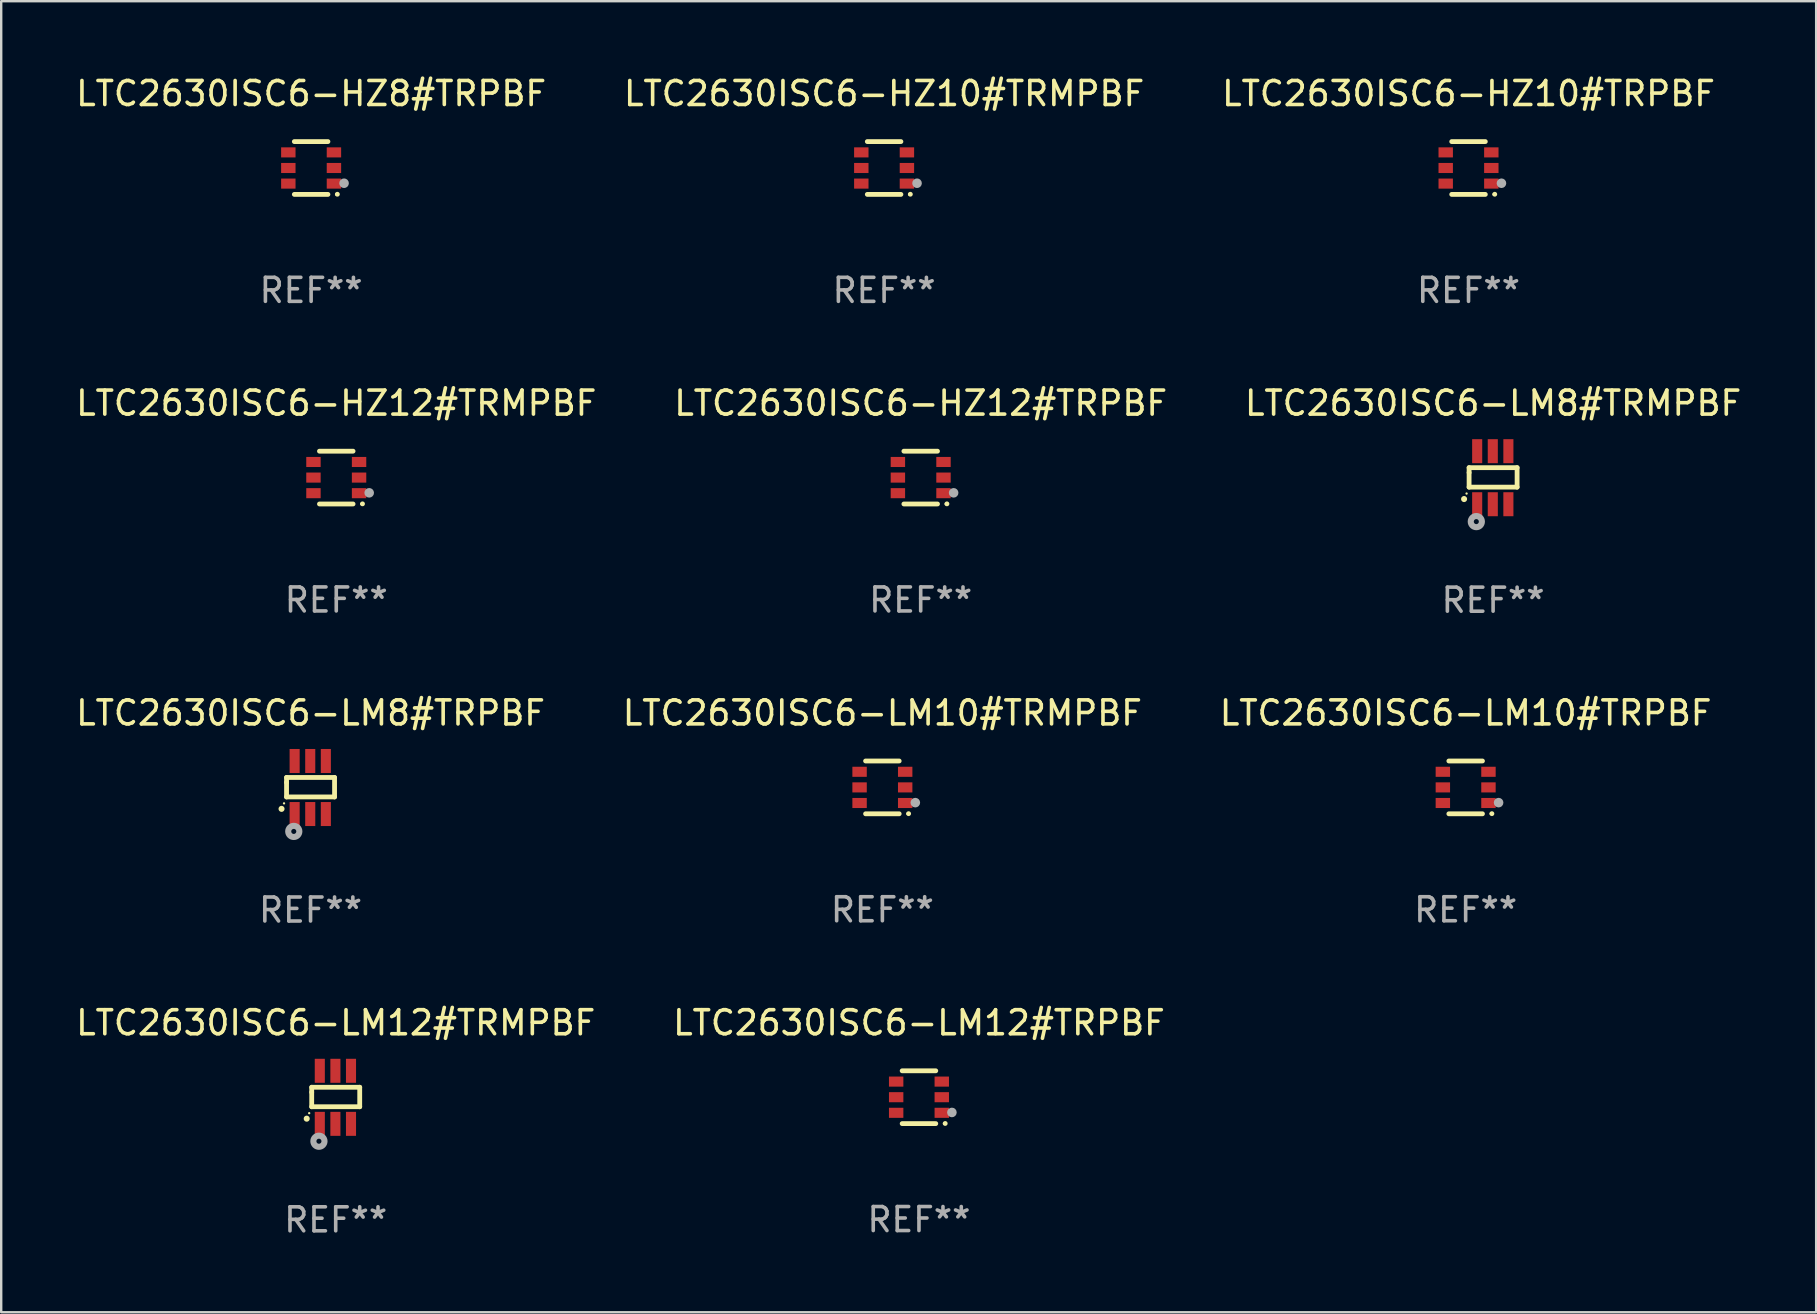
<source format=kicad_pcb>
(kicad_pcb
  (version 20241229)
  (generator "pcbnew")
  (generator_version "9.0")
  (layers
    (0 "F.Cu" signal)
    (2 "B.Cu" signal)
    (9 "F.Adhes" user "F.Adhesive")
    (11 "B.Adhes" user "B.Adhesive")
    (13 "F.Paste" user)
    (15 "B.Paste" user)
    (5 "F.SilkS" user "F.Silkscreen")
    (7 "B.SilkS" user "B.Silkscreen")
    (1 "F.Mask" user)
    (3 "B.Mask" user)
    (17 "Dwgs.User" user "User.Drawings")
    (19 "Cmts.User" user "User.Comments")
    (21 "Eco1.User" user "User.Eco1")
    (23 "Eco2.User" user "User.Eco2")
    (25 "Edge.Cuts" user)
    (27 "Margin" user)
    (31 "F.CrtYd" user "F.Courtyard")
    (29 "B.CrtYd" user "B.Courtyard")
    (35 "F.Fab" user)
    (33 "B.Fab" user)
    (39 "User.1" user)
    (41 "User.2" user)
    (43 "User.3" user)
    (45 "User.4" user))
  (footprint "LTC2630ISC6-LM12#TRMPBF"
    (layer "F.Cu")
    (at 10.935 42.662)
    (property "Reference" "LTC2630ISC6-LM12#TRMPBF" (at 0 -3.105 0) (layer "F.SilkS") (effects (font (size 1 1) (thickness 0.15))))
    (attr through_hole)
    (fp_line (start -1 -0.419) (end -1 -0.213) (stroke (width 0.2) (type solid)) (layer "F.SilkS"))
    (fp_line (start -1 -0.213) (end -1 0.393) (stroke (width 0.2) (type solid)) (layer "F.SilkS"))
    (fp_line (start -1 0.393) (end 1 0.393) (stroke (width 0.2) (type solid)) (layer "F.SilkS"))
    (fp_line (start 1 -0.419) (end -1 -0.419) (stroke (width 0.2) (type solid)) (layer "F.SilkS"))
    (fp_line (start 1 0.393) (end 1 -0.419) (stroke (width 0.2) (type solid)) (layer "F.SilkS"))
    (fp_arc (start -1.208509 0.890272) (mid -1.208515 0.889002) (end -1.208509 0.887732) (stroke (width 0.25) (type solid)) (layer "F.SilkS"))
    (fp_circle (center -1.105 0.66) (end -1.08 0.66) (stroke (width 0.05) (type solid)) (fill no) (layer "F.SilkS"))
    (fp_circle (center -0.699 1.829) (end -0.594 1.829) (stroke (width 0.254) (type solid)) (fill no) (layer "F.Fab"))
    (fp_text user "REF**" (at 0 5.105 0) (layer "F.Fab") (effects (font (size 1 1) (thickness 0.15))))
    (pad "1" smd rect (at -0.663 1.105) (size 0.42 1) (layers "F.Cu" "F.Mask" "F.Paste"))
    (pad "2" smd rect (at -0.013 1.105) (size 0.42 1) (layers "F.Cu" "F.Mask" "F.Paste"))
    (pad "3" smd rect (at 0.637 1.105) (size 0.42 1) (layers "F.Cu" "F.Mask" "F.Paste"))
    (pad "4" smd rect (at 0.637 -1.105 180) (size 0.42 1) (layers "F.Cu" "F.Mask" "F.Paste"))
    (pad "5" smd rect (at -0.013 -1.105 180) (size 0.42 1) (layers "F.Cu" "F.Mask" "F.Paste"))
    (pad "6" smd rect (at -0.663 -1.105 180) (size 0.42 1) (layers "F.Cu" "F.Mask" "F.Paste")))
  (footprint "LTC2630ISC6-HZ8#TRPBF"
    (layer "F.Cu")
    (at 9.911 3.948)
    (property "Reference" "LTC2630ISC6-HZ8#TRPBF" (at 0 -3.1 0) (layer "F.SilkS") (effects (font (size 1 1) (thickness 0.15))))
    (attr through_hole)
    (fp_line (start -0.7 -1.1) (end 0.7 -1.1) (stroke (width 0.2) (type solid)) (layer "F.SilkS"))
    (fp_line (start -0.7 1.1) (end 0.7 1.1) (stroke (width 0.2) (type solid)) (layer "F.SilkS"))
    (fp_arc (start 1.090932 1.094209) (mid 1.092202 1.094203) (end 1.093472 1.094209) (stroke (width 0.2) (type solid)) (layer "F.SilkS"))
    (fp_circle (center 1.053 1.1) (end 1.083 1.1) (stroke (width 0.06) (type solid)) (fill no) (layer "F.SilkS"))
    (fp_circle (center 1.372 0.635) (end 1.472 0.635) (stroke (width 0.2) (type solid)) (fill no) (layer "F.Fab"))
    (fp_text user "REF**" (at 0 5.1 0) (layer "F.Fab") (effects (font (size 1 1) (thickness 0.15))))
    (pad "1" smd rect (at 0.95 0.65 90) (size 0.42 0.6) (layers "F.Cu" "F.Mask" "F.Paste"))
    (pad "2" smd rect (at 0.95 0 90) (size 0.42 0.6) (layers "F.Cu" "F.Mask" "F.Paste"))
    (pad "3" smd rect (at 0.95 -0.65 90) (size 0.42 0.6) (layers "F.Cu" "F.Mask" "F.Paste"))
    (pad "4" smd rect (at -0.95 -0.65 270) (size 0.42 0.6) (layers "F.Cu" "F.Mask" "F.Paste"))
    (pad "5" smd rect (at -0.95 0 270) (size 0.42 0.6) (layers "F.Cu" "F.Mask" "F.Paste"))
    (pad "6" smd rect (at -0.95 0.65 270) (size 0.42 0.6) (layers "F.Cu" "F.Mask" "F.Paste")))
  (footprint "LTC2630ISC6-HZ10#TRMPBF"
    (layer "F.Cu")
    (at 33.78 3.948)
    (property "Reference" "LTC2630ISC6-HZ10#TRMPBF" (at 0 -3.1 0) (layer "F.SilkS") (effects (font (size 1 1) (thickness 0.15))))
    (attr through_hole)
    (fp_line (start -0.7 -1.1) (end 0.7 -1.1) (stroke (width 0.2) (type solid)) (layer "F.SilkS"))
    (fp_line (start -0.7 1.1) (end 0.7 1.1) (stroke (width 0.2) (type solid)) (layer "F.SilkS"))
    (fp_arc (start 1.090932 1.094209) (mid 1.092202 1.094203) (end 1.093472 1.094209) (stroke (width 0.2) (type solid)) (layer "F.SilkS"))
    (fp_circle (center 1.053 1.1) (end 1.083 1.1) (stroke (width 0.06) (type solid)) (fill no) (layer "F.SilkS"))
    (fp_circle (center 1.372 0.635) (end 1.472 0.635) (stroke (width 0.2) (type solid)) (fill no) (layer "F.Fab"))
    (fp_text user "REF**" (at 0 5.1 0) (layer "F.Fab") (effects (font (size 1 1) (thickness 0.15))))
    (pad "1" smd rect (at 0.95 0.65 90) (size 0.42 0.6) (layers "F.Cu" "F.Mask" "F.Paste"))
    (pad "2" smd rect (at 0.95 0 90) (size 0.42 0.6) (layers "F.Cu" "F.Mask" "F.Paste"))
    (pad "3" smd rect (at 0.95 -0.65 90) (size 0.42 0.6) (layers "F.Cu" "F.Mask" "F.Paste"))
    (pad "4" smd rect (at -0.95 -0.65 270) (size 0.42 0.6) (layers "F.Cu" "F.Mask" "F.Paste"))
    (pad "5" smd rect (at -0.95 0 270) (size 0.42 0.6) (layers "F.Cu" "F.Mask" "F.Paste"))
    (pad "6" smd rect (at -0.95 0.65 270) (size 0.42 0.6) (layers "F.Cu" "F.Mask" "F.Paste")))
  (footprint "LTC2630ISC6-LM8#TRMPBF"
    (layer "F.Cu")
    (at 59.149 16.85)
    (property "Reference" "LTC2630ISC6-LM8#TRMPBF" (at 0 -3.105 0) (layer "F.SilkS") (effects (font (size 1 1) (thickness 0.15))))
    (attr through_hole)
    (fp_line (start -1 -0.419) (end -1 -0.213) (stroke (width 0.2) (type solid)) (layer "F.SilkS"))
    (fp_line (start -1 -0.213) (end -1 0.393) (stroke (width 0.2) (type solid)) (layer "F.SilkS"))
    (fp_line (start -1 0.393) (end 1 0.393) (stroke (width 0.2) (type solid)) (layer "F.SilkS"))
    (fp_line (start 1 -0.419) (end -1 -0.419) (stroke (width 0.2) (type solid)) (layer "F.SilkS"))
    (fp_line (start 1 0.393) (end 1 -0.419) (stroke (width 0.2) (type solid)) (layer "F.SilkS"))
    (fp_arc (start -1.208509 0.890272) (mid -1.208515 0.889002) (end -1.208509 0.887732) (stroke (width 0.25) (type solid)) (layer "F.SilkS"))
    (fp_circle (center -1.105 0.66) (end -1.08 0.66) (stroke (width 0.05) (type solid)) (fill no) (layer "F.SilkS"))
    (fp_circle (center -0.699 1.829) (end -0.594 1.829) (stroke (width 0.254) (type solid)) (fill no) (layer "F.Fab"))
    (fp_text user "REF**" (at 0 5.105 0) (layer "F.Fab") (effects (font (size 1 1) (thickness 0.15))))
    (pad "1" smd rect (at -0.663 1.105) (size 0.42 1) (layers "F.Cu" "F.Mask" "F.Paste"))
    (pad "2" smd rect (at -0.013 1.105) (size 0.42 1) (layers "F.Cu" "F.Mask" "F.Paste"))
    (pad "3" smd rect (at 0.637 1.105) (size 0.42 1) (layers "F.Cu" "F.Mask" "F.Paste"))
    (pad "4" smd rect (at 0.637 -1.105 180) (size 0.42 1) (layers "F.Cu" "F.Mask" "F.Paste"))
    (pad "5" smd rect (at -0.013 -1.105 180) (size 0.42 1) (layers "F.Cu" "F.Mask" "F.Paste"))
    (pad "6" smd rect (at -0.663 -1.105 180) (size 0.42 1) (layers "F.Cu" "F.Mask" "F.Paste")))
  (footprint "LTC2630ISC6-HZ10#TRPBF"
    (layer "F.Cu")
    (at 58.125 3.948)
    (property "Reference" "LTC2630ISC6-HZ10#TRPBF" (at 0 -3.1 0) (layer "F.SilkS") (effects (font (size 1 1) (thickness 0.15))))
    (attr through_hole)
    (fp_line (start -0.7 -1.1) (end 0.7 -1.1) (stroke (width 0.2) (type solid)) (layer "F.SilkS"))
    (fp_line (start -0.7 1.1) (end 0.7 1.1) (stroke (width 0.2) (type solid)) (layer "F.SilkS"))
    (fp_arc (start 1.090932 1.094209) (mid 1.092202 1.094203) (end 1.093472 1.094209) (stroke (width 0.2) (type solid)) (layer "F.SilkS"))
    (fp_circle (center 1.053 1.1) (end 1.083 1.1) (stroke (width 0.06) (type solid)) (fill no) (layer "F.SilkS"))
    (fp_circle (center 1.372 0.635) (end 1.472 0.635) (stroke (width 0.2) (type solid)) (fill no) (layer "F.Fab"))
    (fp_text user "REF**" (at 0 5.1 0) (layer "F.Fab") (effects (font (size 1 1) (thickness 0.15))))
    (pad "1" smd rect (at 0.95 0.65 90) (size 0.42 0.6) (layers "F.Cu" "F.Mask" "F.Paste"))
    (pad "2" smd rect (at 0.95 0 90) (size 0.42 0.6) (layers "F.Cu" "F.Mask" "F.Paste"))
    (pad "3" smd rect (at 0.95 -0.65 90) (size 0.42 0.6) (layers "F.Cu" "F.Mask" "F.Paste"))
    (pad "4" smd rect (at -0.95 -0.65 270) (size 0.42 0.6) (layers "F.Cu" "F.Mask" "F.Paste"))
    (pad "5" smd rect (at -0.95 0 270) (size 0.42 0.6) (layers "F.Cu" "F.Mask" "F.Paste"))
    (pad "6" smd rect (at -0.95 0.65 270) (size 0.42 0.6) (layers "F.Cu" "F.Mask" "F.Paste")))
  (footprint "LTC2630ISC6-LM12#TRPBF"
    (layer "F.Cu")
    (at 35.232 42.657)
    (property "Reference" "LTC2630ISC6-LM12#TRPBF" (at 0 -3.1 0) (layer "F.SilkS") (effects (font (size 1 1) (thickness 0.15))))
    (attr through_hole)
    (fp_line (start -0.7 -1.1) (end 0.7 -1.1) (stroke (width 0.2) (type solid)) (layer "F.SilkS"))
    (fp_line (start -0.7 1.1) (end 0.7 1.1) (stroke (width 0.2) (type solid)) (layer "F.SilkS"))
    (fp_arc (start 1.090932 1.094209) (mid 1.092202 1.094203) (end 1.093472 1.094209) (stroke (width 0.2) (type solid)) (layer "F.SilkS"))
    (fp_circle (center 1.053 1.1) (end 1.083 1.1) (stroke (width 0.06) (type solid)) (fill no) (layer "F.SilkS"))
    (fp_circle (center 1.372 0.635) (end 1.472 0.635) (stroke (width 0.2) (type solid)) (fill no) (layer "F.Fab"))
    (fp_text user "REF**" (at 0 5.1 0) (layer "F.Fab") (effects (font (size 1 1) (thickness 0.15))))
    (pad "1" smd rect (at 0.95 0.65 90) (size 0.42 0.6) (layers "F.Cu" "F.Mask" "F.Paste"))
    (pad "2" smd rect (at 0.95 0 90) (size 0.42 0.6) (layers "F.Cu" "F.Mask" "F.Paste"))
    (pad "3" smd rect (at 0.95 -0.65 90) (size 0.42 0.6) (layers "F.Cu" "F.Mask" "F.Paste"))
    (pad "4" smd rect (at -0.95 -0.65 270) (size 0.42 0.6) (layers "F.Cu" "F.Mask" "F.Paste"))
    (pad "5" smd rect (at -0.95 0 270) (size 0.42 0.6) (layers "F.Cu" "F.Mask" "F.Paste"))
    (pad "6" smd rect (at -0.95 0.65 270) (size 0.42 0.6) (layers "F.Cu" "F.Mask" "F.Paste")))
  (footprint "LTC2630ISC6-HZ12#TRMPBF"
    (layer "F.Cu")
    (at 10.958 16.845)
    (property "Reference" "LTC2630ISC6-HZ12#TRMPBF" (at 0 -3.1 0) (layer "F.SilkS") (effects (font (size 1 1) (thickness 0.15))))
    (attr through_hole)
    (fp_line (start -0.7 -1.1) (end 0.7 -1.1) (stroke (width 0.2) (type solid)) (layer "F.SilkS"))
    (fp_line (start -0.7 1.1) (end 0.7 1.1) (stroke (width 0.2) (type solid)) (layer "F.SilkS"))
    (fp_arc (start 1.090932 1.094209) (mid 1.092202 1.094203) (end 1.093472 1.094209) (stroke (width 0.2) (type solid)) (layer "F.SilkS"))
    (fp_circle (center 1.053 1.1) (end 1.083 1.1) (stroke (width 0.06) (type solid)) (fill no) (layer "F.SilkS"))
    (fp_circle (center 1.372 0.635) (end 1.472 0.635) (stroke (width 0.2) (type solid)) (fill no) (layer "F.Fab"))
    (fp_text user "REF**" (at 0 5.1 0) (layer "F.Fab") (effects (font (size 1 1) (thickness 0.15))))
    (pad "1" smd rect (at 0.95 0.65 90) (size 0.42 0.6) (layers "F.Cu" "F.Mask" "F.Paste"))
    (pad "2" smd rect (at 0.95 0 90) (size 0.42 0.6) (layers "F.Cu" "F.Mask" "F.Paste"))
    (pad "3" smd rect (at 0.95 -0.65 90) (size 0.42 0.6) (layers "F.Cu" "F.Mask" "F.Paste"))
    (pad "4" smd rect (at -0.95 -0.65 270) (size 0.42 0.6) (layers "F.Cu" "F.Mask" "F.Paste"))
    (pad "5" smd rect (at -0.95 0 270) (size 0.42 0.6) (layers "F.Cu" "F.Mask" "F.Paste"))
    (pad "6" smd rect (at -0.95 0.65 270) (size 0.42 0.6) (layers "F.Cu" "F.Mask" "F.Paste")))
  (footprint "LTC2630ISC6-LM10#TRMPBF"
    (layer "F.Cu")
    (at 33.708 29.751)
    (property "Reference" "LTC2630ISC6-LM10#TRMPBF" (at 0 -3.1 0) (layer "F.SilkS") (effects (font (size 1 1) (thickness 0.15))))
    (attr through_hole)
    (fp_line (start -0.7 -1.1) (end 0.7 -1.1) (stroke (width 0.2) (type solid)) (layer "F.SilkS"))
    (fp_line (start -0.7 1.1) (end 0.7 1.1) (stroke (width 0.2) (type solid)) (layer "F.SilkS"))
    (fp_arc (start 1.090932 1.094209) (mid 1.092202 1.094203) (end 1.093472 1.094209) (stroke (width 0.2) (type solid)) (layer "F.SilkS"))
    (fp_circle (center 1.053 1.1) (end 1.083 1.1) (stroke (width 0.06) (type solid)) (fill no) (layer "F.SilkS"))
    (fp_circle (center 1.372 0.635) (end 1.472 0.635) (stroke (width 0.2) (type solid)) (fill no) (layer "F.Fab"))
    (fp_text user "REF**" (at 0 5.1 0) (layer "F.Fab") (effects (font (size 1 1) (thickness 0.15))))
    (pad "1" smd rect (at 0.95 0.65 90) (size 0.42 0.6) (layers "F.Cu" "F.Mask" "F.Paste"))
    (pad "2" smd rect (at 0.95 0 90) (size 0.42 0.6) (layers "F.Cu" "F.Mask" "F.Paste"))
    (pad "3" smd rect (at 0.95 -0.65 90) (size 0.42 0.6) (layers "F.Cu" "F.Mask" "F.Paste"))
    (pad "4" smd rect (at -0.95 -0.65 270) (size 0.42 0.6) (layers "F.Cu" "F.Mask" "F.Paste"))
    (pad "5" smd rect (at -0.95 0 270) (size 0.42 0.6) (layers "F.Cu" "F.Mask" "F.Paste"))
    (pad "6" smd rect (at -0.95 0.65 270) (size 0.42 0.6) (layers "F.Cu" "F.Mask" "F.Paste")))
  (footprint "LTC2630ISC6-LM8#TRPBF"
    (layer "F.Cu")
    (at 9.887 29.756)
    (property "Reference" "LTC2630ISC6-LM8#TRPBF" (at 0 -3.105 0) (layer "F.SilkS") (effects (font (size 1 1) (thickness 0.15))))
    (attr through_hole)
    (fp_line (start -1 -0.419) (end -1 -0.213) (stroke (width 0.2) (type solid)) (layer "F.SilkS"))
    (fp_line (start -1 -0.213) (end -1 0.393) (stroke (width 0.2) (type solid)) (layer "F.SilkS"))
    (fp_line (start -1 0.393) (end 1 0.393) (stroke (width 0.2) (type solid)) (layer "F.SilkS"))
    (fp_line (start 1 -0.419) (end -1 -0.419) (stroke (width 0.2) (type solid)) (layer "F.SilkS"))
    (fp_line (start 1 0.393) (end 1 -0.419) (stroke (width 0.2) (type solid)) (layer "F.SilkS"))
    (fp_arc (start -1.208509 0.890272) (mid -1.208515 0.889002) (end -1.208509 0.887732) (stroke (width 0.25) (type solid)) (layer "F.SilkS"))
    (fp_circle (center -1.105 0.66) (end -1.08 0.66) (stroke (width 0.05) (type solid)) (fill no) (layer "F.SilkS"))
    (fp_circle (center -0.699 1.829) (end -0.594 1.829) (stroke (width 0.254) (type solid)) (fill no) (layer "F.Fab"))
    (fp_text user "REF**" (at 0 5.105 0) (layer "F.Fab") (effects (font (size 1 1) (thickness 0.15))))
    (pad "1" smd rect (at -0.663 1.105) (size 0.42 1) (layers "F.Cu" "F.Mask" "F.Paste"))
    (pad "2" smd rect (at -0.013 1.105) (size 0.42 1) (layers "F.Cu" "F.Mask" "F.Paste"))
    (pad "3" smd rect (at 0.637 1.105) (size 0.42 1) (layers "F.Cu" "F.Mask" "F.Paste"))
    (pad "4" smd rect (at 0.637 -1.105 180) (size 0.42 1) (layers "F.Cu" "F.Mask" "F.Paste"))
    (pad "5" smd rect (at -0.013 -1.105 180) (size 0.42 1) (layers "F.Cu" "F.Mask" "F.Paste"))
    (pad "6" smd rect (at -0.663 -1.105 180) (size 0.42 1) (layers "F.Cu" "F.Mask" "F.Paste")))
  (footprint "LTC2630ISC6-LM10#TRPBF"
    (layer "F.Cu")
    (at 58.006 29.751)
    (property "Reference" "LTC2630ISC6-LM10#TRPBF" (at 0 -3.1 0) (layer "F.SilkS") (effects (font (size 1 1) (thickness 0.15))))
    (attr through_hole)
    (fp_line (start -0.7 -1.1) (end 0.7 -1.1) (stroke (width 0.2) (type solid)) (layer "F.SilkS"))
    (fp_line (start -0.7 1.1) (end 0.7 1.1) (stroke (width 0.2) (type solid)) (layer "F.SilkS"))
    (fp_arc (start 1.090932 1.094209) (mid 1.092202 1.094203) (end 1.093472 1.094209) (stroke (width 0.2) (type solid)) (layer "F.SilkS"))
    (fp_circle (center 1.053 1.1) (end 1.083 1.1) (stroke (width 0.06) (type solid)) (fill no) (layer "F.SilkS"))
    (fp_circle (center 1.372 0.635) (end 1.472 0.635) (stroke (width 0.2) (type solid)) (fill no) (layer "F.Fab"))
    (fp_text user "REF**" (at 0 5.1 0) (layer "F.Fab") (effects (font (size 1 1) (thickness 0.15))))
    (pad "1" smd rect (at 0.95 0.65 90) (size 0.42 0.6) (layers "F.Cu" "F.Mask" "F.Paste"))
    (pad "2" smd rect (at 0.95 0 90) (size 0.42 0.6) (layers "F.Cu" "F.Mask" "F.Paste"))
    (pad "3" smd rect (at 0.95 -0.65 90) (size 0.42 0.6) (layers "F.Cu" "F.Mask" "F.Paste"))
    (pad "4" smd rect (at -0.95 -0.65 270) (size 0.42 0.6) (layers "F.Cu" "F.Mask" "F.Paste"))
    (pad "5" smd rect (at -0.95 0 270) (size 0.42 0.6) (layers "F.Cu" "F.Mask" "F.Paste"))
    (pad "6" smd rect (at -0.95 0.65 270) (size 0.42 0.6) (layers "F.Cu" "F.Mask" "F.Paste")))
  (footprint "LTC2630ISC6-HZ12#TRPBF"
    (layer "F.Cu")
    (at 35.304 16.845)
    (property "Reference" "LTC2630ISC6-HZ12#TRPBF" (at 0 -3.1 0) (layer "F.SilkS") (effects (font (size 1 1) (thickness 0.15))))
    (attr through_hole)
    (fp_line (start -0.7 -1.1) (end 0.7 -1.1) (stroke (width 0.2) (type solid)) (layer "F.SilkS"))
    (fp_line (start -0.7 1.1) (end 0.7 1.1) (stroke (width 0.2) (type solid)) (layer "F.SilkS"))
    (fp_arc (start 1.090932 1.094209) (mid 1.092202 1.094203) (end 1.093472 1.094209) (stroke (width 0.2) (type solid)) (layer "F.SilkS"))
    (fp_circle (center 1.053 1.1) (end 1.083 1.1) (stroke (width 0.06) (type solid)) (fill no) (layer "F.SilkS"))
    (fp_circle (center 1.372 0.635) (end 1.472 0.635) (stroke (width 0.2) (type solid)) (fill no) (layer "F.Fab"))
    (fp_text user "REF**" (at 0 5.1 0) (layer "F.Fab") (effects (font (size 1 1) (thickness 0.15))))
    (pad "1" smd rect (at 0.95 0.65 90) (size 0.42 0.6) (layers "F.Cu" "F.Mask" "F.Paste"))
    (pad "2" smd rect (at 0.95 0 90) (size 0.42 0.6) (layers "F.Cu" "F.Mask" "F.Paste"))
    (pad "3" smd rect (at 0.95 -0.65 90) (size 0.42 0.6) (layers "F.Cu" "F.Mask" "F.Paste"))
    (pad "4" smd rect (at -0.95 -0.65 270) (size 0.42 0.6) (layers "F.Cu" "F.Mask" "F.Paste"))
    (pad "5" smd rect (at -0.95 0 270) (size 0.42 0.6) (layers "F.Cu" "F.Mask" "F.Paste"))
    (pad "6" smd rect (at -0.95 0.65 270) (size 0.42 0.6) (layers "F.Cu" "F.Mask" "F.Paste")))
  (gr_rect
    (start -3 -3)
    (end 72.607 51.615)
    (stroke (width 0.1) (type default))
    (fill no)
    (layer "Edge.Cuts")))
</source>
